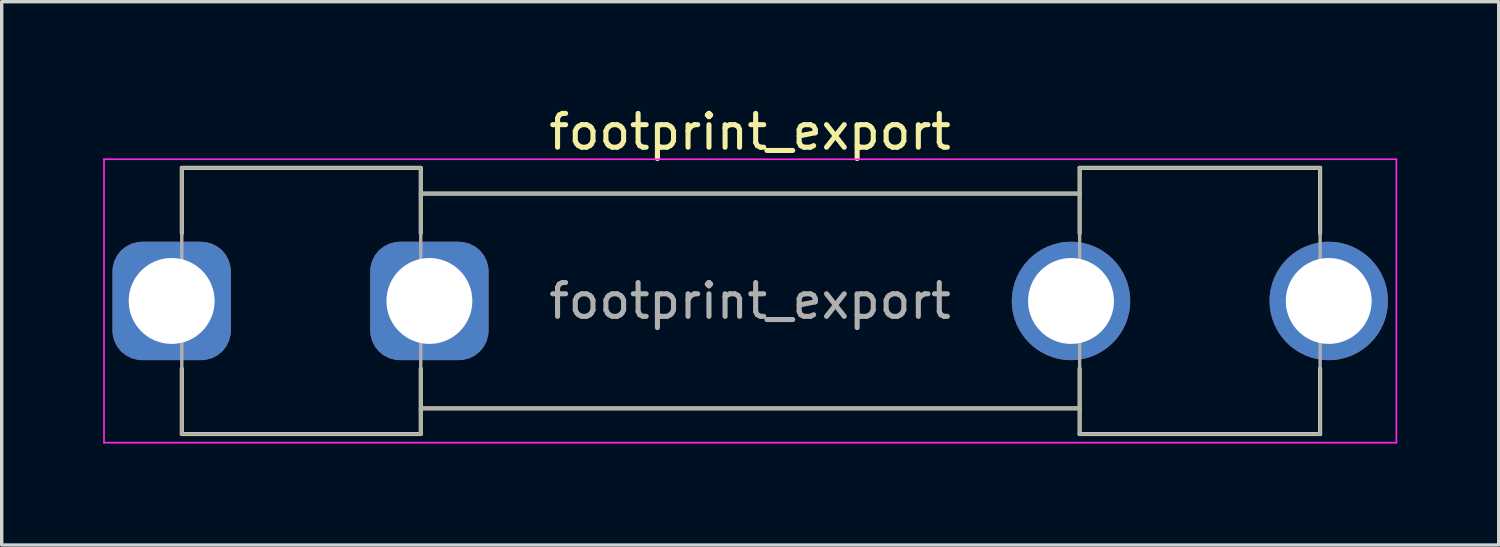
<source format=kicad_pcb>
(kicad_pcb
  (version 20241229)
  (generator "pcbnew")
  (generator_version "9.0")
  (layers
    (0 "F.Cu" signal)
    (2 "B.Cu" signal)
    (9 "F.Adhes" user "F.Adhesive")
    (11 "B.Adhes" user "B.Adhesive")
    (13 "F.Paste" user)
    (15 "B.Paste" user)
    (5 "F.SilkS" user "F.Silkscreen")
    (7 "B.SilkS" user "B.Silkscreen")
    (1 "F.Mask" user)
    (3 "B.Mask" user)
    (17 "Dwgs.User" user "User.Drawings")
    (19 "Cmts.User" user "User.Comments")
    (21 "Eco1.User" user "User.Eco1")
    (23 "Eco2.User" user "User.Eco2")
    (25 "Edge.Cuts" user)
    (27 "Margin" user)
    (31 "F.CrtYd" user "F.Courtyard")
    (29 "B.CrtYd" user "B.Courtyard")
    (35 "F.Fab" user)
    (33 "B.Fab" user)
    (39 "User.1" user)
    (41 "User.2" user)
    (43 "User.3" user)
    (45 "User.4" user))
  (footprint "footprint_export"
    (layer "F.Cu")
    (at 2.025 5.848)
    (property "Reference" "footprint_export" (at 17.1 -5 0) (layer "F.SilkS") (effects (font (size 1 1) (thickness 0.15))))
    (attr through_hole)
    (fp_line (start 0.3 -3.935) (end 0.3 -2) (stroke (width 0.12) (type solid)) (layer "F.SilkS"))
    (fp_line (start 0.3 3.935) (end 0.3 2) (stroke (width 0.12) (type solid)) (layer "F.SilkS"))
    (fp_line (start 7.365 -3.935) (end 0.3 -3.935) (stroke (width 0.12) (type solid)) (layer "F.SilkS"))
    (fp_line (start 7.365 -3.935) (end 7.365 -2) (stroke (width 0.12) (type solid)) (layer "F.SilkS"))
    (fp_line (start 7.365 3.935) (end 0.3 3.935) (stroke (width 0.12) (type solid)) (layer "F.SilkS"))
    (fp_line (start 7.365 3.935) (end 7.365 2) (stroke (width 0.12) (type solid)) (layer "F.SilkS"))
    (fp_line (start 26.845 -3.935) (end 26.845 -2) (stroke (width 0.12) (type solid)) (layer "F.SilkS"))
    (fp_line (start 26.845 -3.175) (end 7.365 -3.175) (stroke (width 0.12) (type solid)) (layer "F.SilkS"))
    (fp_line (start 26.845 3.175) (end 7.365 3.175) (stroke (width 0.12) (type solid)) (layer "F.SilkS"))
    (fp_line (start 26.845 3.935) (end 26.845 2) (stroke (width 0.12) (type solid)) (layer "F.SilkS"))
    (fp_line (start 26.845 3.935) (end 33.955 3.935) (stroke (width 0.12) (type solid)) (layer "F.SilkS"))
    (fp_line (start 33.955 -3.935) (end 26.845 -3.935) (stroke (width 0.12) (type solid)) (layer "F.SilkS"))
    (fp_line (start 33.955 -2) (end 33.955 -3.935) (stroke (width 0.12) (type solid)) (layer "F.SilkS"))
    (fp_line (start 33.955 2) (end 33.955 3.935) (stroke (width 0.12) (type solid)) (layer "F.SilkS"))
    (fp_line (start -2 -4.19) (end -2 4.19) (stroke (width 0.05) (type solid)) (layer "F.CrtYd"))
    (fp_line (start -2 -4.19) (end 36.21 -4.19) (stroke (width 0.05) (type solid)) (layer "F.CrtYd"))
    (fp_line (start 36.21 4.19) (end -2 4.19) (stroke (width 0.05) (type solid)) (layer "F.CrtYd"))
    (fp_line (start 36.21 4.19) (end 36.21 -4.19) (stroke (width 0.05) (type solid)) (layer "F.CrtYd"))
    (fp_line (start 0.3 -3.935) (end 7.365 -3.935) (stroke (width 0.1) (type solid)) (layer "F.Fab"))
    (fp_line (start 0.3 3.935) (end 0.3 -3.935) (stroke (width 0.1) (type solid)) (layer "F.Fab"))
    (fp_line (start 7.365 -3.935) (end 7.365 3.935) (stroke (width 0.1) (type solid)) (layer "F.Fab"))
    (fp_line (start 7.365 -3.175) (end 26.845 -3.175) (stroke (width 0.1) (type solid)) (layer "F.Fab"))
    (fp_line (start 7.365 3.935) (end 0.3 3.935) (stroke (width 0.1) (type solid)) (layer "F.Fab"))
    (fp_line (start 26.845 -3.935) (end 26.845 3.935) (stroke (width 0.1) (type solid)) (layer "F.Fab"))
    (fp_line (start 26.845 3.175) (end 7.365 3.175) (stroke (width 0.1) (type solid)) (layer "F.Fab"))
    (fp_line (start 26.845 3.935) (end 33.955 3.935) (stroke (width 0.1) (type solid)) (layer "F.Fab"))
    (fp_line (start 33.955 -3.935) (end 26.845 -3.935) (stroke (width 0.1) (type solid)) (layer "F.Fab"))
    (fp_line (start 33.955 3.935) (end 33.955 -3.935) (stroke (width 0.1) (type solid)) (layer "F.Fab"))
    (fp_text user "${REFERENCE}" (at 17.1 0 0) (layer "F.Fab") (effects (font (size 1 1) (thickness 0.15))))
    (pad "1" thru_hole roundrect (at 0 0) (size 3.5 3.5) (drill 2.54) (layers "*.Cu" "*.Mask") (roundrect_rratio 0.25))
    (pad "1" thru_hole roundrect (at 7.62 0) (size 3.5 3.5) (drill 2.54) (layers "*.Cu" "*.Mask") (roundrect_rratio 0.25))
    (pad "2" thru_hole circle (at 26.59 0) (size 3.5 3.5) (drill 2.54) (layers "*.Cu" "*.Mask"))
    (pad "2" thru_hole circle (at 34.21 0) (size 3.5 3.5) (drill 2.54) (layers "*.Cu" "*.Mask")))
  (gr_rect
    (start -3 -3)
    (end 41.26 13.063)
    (stroke (width 0.1) (type default))
    (fill no)
    (layer "Edge.Cuts")))
</source>
